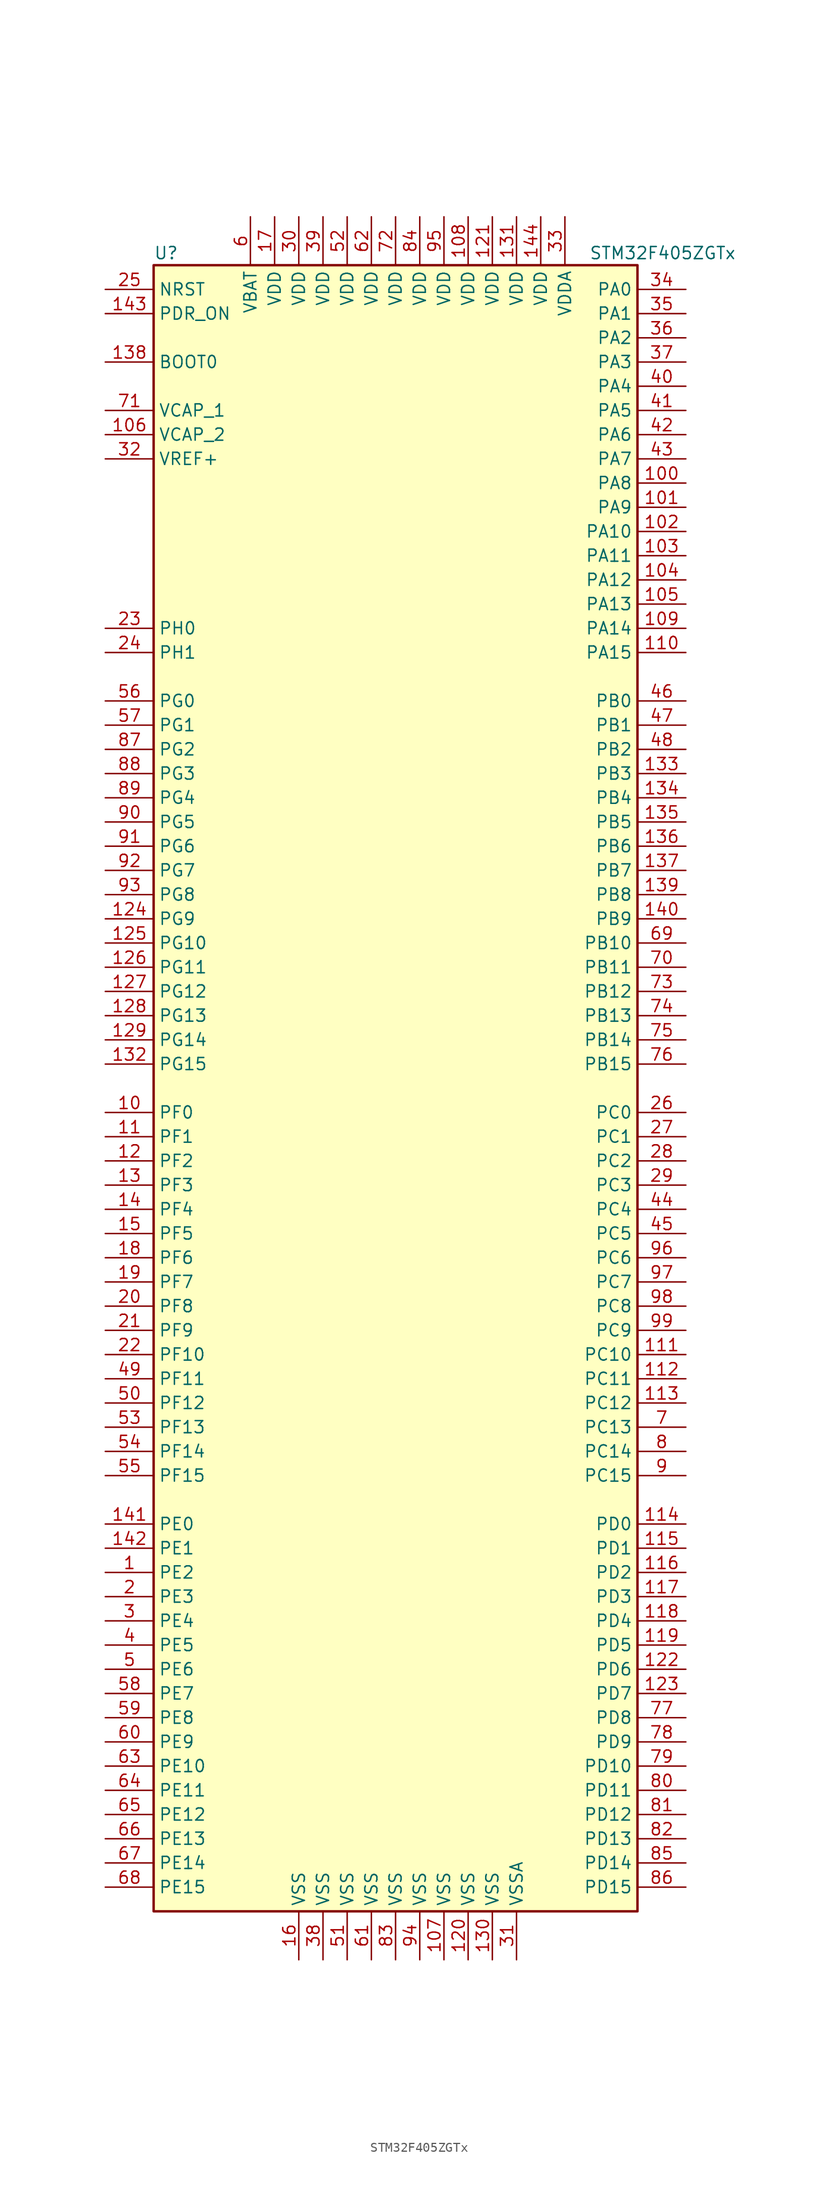
<source format=kicad_sym>
(kicad_symbol_lib
  (version 20201005)
  (generator kicad_symbol_editor)
  (symbol "MCU_ST_STM32F4:STM32F405ZGTx"
    (property "Reference" "U"
      (at -25.4 87.63 0)
      (effects (font (size 1.27 1.27)) (justify left)))
    (property "Value" "STM32F405ZGTx"
      (at 20.32 87.63 0)
      (effects (font (size 1.27 1.27)) (justify left)))
    (symbol "STM32F405ZGTx_0_1"
      (rectangle (start -25.4 -86.36) (end 25.4 86.36) (stroke (width 0.254)) (fill (type background))))
    (symbol "STM32F405ZGTx_1_1"
      (pin input line (at -30.48 76.2 0) (length 5.08) (name "BOOT0" (effects (font (size 1.27 1.27)))) (number "138" (effects (font (size 1.27 1.27)))))
      (pin input line (at -30.48 83.82 0) (length 5.08) (name "NRST" (effects (font (size 1.27 1.27)))) (number "25" (effects (font (size 1.27 1.27)))))
      (pin bidirectional line (at 30.48 83.82 180) (length 5.08) (name "PA0" (effects (font (size 1.27 1.27)))) (number "34" (effects (font (size 1.27 1.27)))))
      (pin bidirectional line (at 30.48 81.28 180) (length 5.08) (name "PA1" (effects (font (size 1.27 1.27)))) (number "35" (effects (font (size 1.27 1.27)))))
      (pin bidirectional line (at 30.48 58.42 180) (length 5.08) (name "PA10" (effects (font (size 1.27 1.27)))) (number "102" (effects (font (size 1.27 1.27)))))
      (pin bidirectional line (at 30.48 55.88 180) (length 5.08) (name "PA11" (effects (font (size 1.27 1.27)))) (number "103" (effects (font (size 1.27 1.27)))))
      (pin bidirectional line (at 30.48 53.34 180) (length 5.08) (name "PA12" (effects (font (size 1.27 1.27)))) (number "104" (effects (font (size 1.27 1.27)))))
      (pin bidirectional line (at 30.48 50.8 180) (length 5.08) (name "PA13" (effects (font (size 1.27 1.27)))) (number "105" (effects (font (size 1.27 1.27)))))
      (pin bidirectional line (at 30.48 48.26 180) (length 5.08) (name "PA14" (effects (font (size 1.27 1.27)))) (number "109" (effects (font (size 1.27 1.27)))))
      (pin bidirectional line (at 30.48 45.72 180) (length 5.08) (name "PA15" (effects (font (size 1.27 1.27)))) (number "110" (effects (font (size 1.27 1.27)))))
      (pin bidirectional line (at 30.48 78.74 180) (length 5.08) (name "PA2" (effects (font (size 1.27 1.27)))) (number "36" (effects (font (size 1.27 1.27)))))
      (pin bidirectional line (at 30.48 76.2 180) (length 5.08) (name "PA3" (effects (font (size 1.27 1.27)))) (number "37" (effects (font (size 1.27 1.27)))))
      (pin bidirectional line (at 30.48 73.66 180) (length 5.08) (name "PA4" (effects (font (size 1.27 1.27)))) (number "40" (effects (font (size 1.27 1.27)))))
      (pin bidirectional line (at 30.48 71.12 180) (length 5.08) (name "PA5" (effects (font (size 1.27 1.27)))) (number "41" (effects (font (size 1.27 1.27)))))
      (pin bidirectional line (at 30.48 68.58 180) (length 5.08) (name "PA6" (effects (font (size 1.27 1.27)))) (number "42" (effects (font (size 1.27 1.27)))))
      (pin bidirectional line (at 30.48 66.04 180) (length 5.08) (name "PA7" (effects (font (size 1.27 1.27)))) (number "43" (effects (font (size 1.27 1.27)))))
      (pin bidirectional line (at 30.48 63.5 180) (length 5.08) (name "PA8" (effects (font (size 1.27 1.27)))) (number "100" (effects (font (size 1.27 1.27)))))
      (pin bidirectional line (at 30.48 60.96 180) (length 5.08) (name "PA9" (effects (font (size 1.27 1.27)))) (number "101" (effects (font (size 1.27 1.27)))))
      (pin bidirectional line (at 30.48 40.64 180) (length 5.08) (name "PB0" (effects (font (size 1.27 1.27)))) (number "46" (effects (font (size 1.27 1.27)))))
      (pin bidirectional line (at 30.48 38.1 180) (length 5.08) (name "PB1" (effects (font (size 1.27 1.27)))) (number "47" (effects (font (size 1.27 1.27)))))
      (pin bidirectional line (at 30.48 15.24 180) (length 5.08) (name "PB10" (effects (font (size 1.27 1.27)))) (number "69" (effects (font (size 1.27 1.27)))))
      (pin bidirectional line (at 30.48 12.7 180) (length 5.08) (name "PB11" (effects (font (size 1.27 1.27)))) (number "70" (effects (font (size 1.27 1.27)))))
      (pin bidirectional line (at 30.48 10.16 180) (length 5.08) (name "PB12" (effects (font (size 1.27 1.27)))) (number "73" (effects (font (size 1.27 1.27)))))
      (pin bidirectional line (at 30.48 7.62 180) (length 5.08) (name "PB13" (effects (font (size 1.27 1.27)))) (number "74" (effects (font (size 1.27 1.27)))))
      (pin bidirectional line (at 30.48 5.08 180) (length 5.08) (name "PB14" (effects (font (size 1.27 1.27)))) (number "75" (effects (font (size 1.27 1.27)))))
      (pin bidirectional line (at 30.48 2.54 180) (length 5.08) (name "PB15" (effects (font (size 1.27 1.27)))) (number "76" (effects (font (size 1.27 1.27)))))
      (pin bidirectional line (at 30.48 35.56 180) (length 5.08) (name "PB2" (effects (font (size 1.27 1.27)))) (number "48" (effects (font (size 1.27 1.27)))))
      (pin bidirectional line (at 30.48 33.02 180) (length 5.08) (name "PB3" (effects (font (size 1.27 1.27)))) (number "133" (effects (font (size 1.27 1.27)))))
      (pin bidirectional line (at 30.48 30.48 180) (length 5.08) (name "PB4" (effects (font (size 1.27 1.27)))) (number "134" (effects (font (size 1.27 1.27)))))
      (pin bidirectional line (at 30.48 27.94 180) (length 5.08) (name "PB5" (effects (font (size 1.27 1.27)))) (number "135" (effects (font (size 1.27 1.27)))))
      (pin bidirectional line (at 30.48 25.4 180) (length 5.08) (name "PB6" (effects (font (size 1.27 1.27)))) (number "136" (effects (font (size 1.27 1.27)))))
      (pin bidirectional line (at 30.48 22.86 180) (length 5.08) (name "PB7" (effects (font (size 1.27 1.27)))) (number "137" (effects (font (size 1.27 1.27)))))
      (pin bidirectional line (at 30.48 20.32 180) (length 5.08) (name "PB8" (effects (font (size 1.27 1.27)))) (number "139" (effects (font (size 1.27 1.27)))))
      (pin bidirectional line (at 30.48 17.78 180) (length 5.08) (name "PB9" (effects (font (size 1.27 1.27)))) (number "140" (effects (font (size 1.27 1.27)))))
      (pin bidirectional line (at 30.48 -2.54 180) (length 5.08) (name "PC0" (effects (font (size 1.27 1.27)))) (number "26" (effects (font (size 1.27 1.27)))))
      (pin bidirectional line (at 30.48 -5.08 180) (length 5.08) (name "PC1" (effects (font (size 1.27 1.27)))) (number "27" (effects (font (size 1.27 1.27)))))
      (pin bidirectional line (at 30.48 -27.94 180) (length 5.08) (name "PC10" (effects (font (size 1.27 1.27)))) (number "111" (effects (font (size 1.27 1.27)))))
      (pin bidirectional line (at 30.48 -30.48 180) (length 5.08) (name "PC11" (effects (font (size 1.27 1.27)))) (number "112" (effects (font (size 1.27 1.27)))))
      (pin bidirectional line (at 30.48 -33.02 180) (length 5.08) (name "PC12" (effects (font (size 1.27 1.27)))) (number "113" (effects (font (size 1.27 1.27)))))
      (pin bidirectional line (at 30.48 -35.56 180) (length 5.08) (name "PC13" (effects (font (size 1.27 1.27)))) (number "7" (effects (font (size 1.27 1.27)))))
      (pin bidirectional line (at 30.48 -38.1 180) (length 5.08) (name "PC14" (effects (font (size 1.27 1.27)))) (number "8" (effects (font (size 1.27 1.27)))))
      (pin bidirectional line (at 30.48 -40.64 180) (length 5.08) (name "PC15" (effects (font (size 1.27 1.27)))) (number "9" (effects (font (size 1.27 1.27)))))
      (pin bidirectional line (at 30.48 -7.62 180) (length 5.08) (name "PC2" (effects (font (size 1.27 1.27)))) (number "28" (effects (font (size 1.27 1.27)))))
      (pin bidirectional line (at 30.48 -10.16 180) (length 5.08) (name "PC3" (effects (font (size 1.27 1.27)))) (number "29" (effects (font (size 1.27 1.27)))))
      (pin bidirectional line (at 30.48 -12.7 180) (length 5.08) (name "PC4" (effects (font (size 1.27 1.27)))) (number "44" (effects (font (size 1.27 1.27)))))
      (pin bidirectional line (at 30.48 -15.24 180) (length 5.08) (name "PC5" (effects (font (size 1.27 1.27)))) (number "45" (effects (font (size 1.27 1.27)))))
      (pin bidirectional line (at 30.48 -17.78 180) (length 5.08) (name "PC6" (effects (font (size 1.27 1.27)))) (number "96" (effects (font (size 1.27 1.27)))))
      (pin bidirectional line (at 30.48 -20.32 180) (length 5.08) (name "PC7" (effects (font (size 1.27 1.27)))) (number "97" (effects (font (size 1.27 1.27)))))
      (pin bidirectional line (at 30.48 -22.86 180) (length 5.08) (name "PC8" (effects (font (size 1.27 1.27)))) (number "98" (effects (font (size 1.27 1.27)))))
      (pin bidirectional line (at 30.48 -25.4 180) (length 5.08) (name "PC9" (effects (font (size 1.27 1.27)))) (number "99" (effects (font (size 1.27 1.27)))))
      (pin bidirectional line (at 30.48 -45.72 180) (length 5.08) (name "PD0" (effects (font (size 1.27 1.27)))) (number "114" (effects (font (size 1.27 1.27)))))
      (pin bidirectional line (at 30.48 -48.26 180) (length 5.08) (name "PD1" (effects (font (size 1.27 1.27)))) (number "115" (effects (font (size 1.27 1.27)))))
      (pin bidirectional line (at 30.48 -71.12 180) (length 5.08) (name "PD10" (effects (font (size 1.27 1.27)))) (number "79" (effects (font (size 1.27 1.27)))))
      (pin bidirectional line (at 30.48 -73.66 180) (length 5.08) (name "PD11" (effects (font (size 1.27 1.27)))) (number "80" (effects (font (size 1.27 1.27)))))
      (pin bidirectional line (at 30.48 -76.2 180) (length 5.08) (name "PD12" (effects (font (size 1.27 1.27)))) (number "81" (effects (font (size 1.27 1.27)))))
      (pin bidirectional line (at 30.48 -78.74 180) (length 5.08) (name "PD13" (effects (font (size 1.27 1.27)))) (number "82" (effects (font (size 1.27 1.27)))))
      (pin bidirectional line (at 30.48 -81.28 180) (length 5.08) (name "PD14" (effects (font (size 1.27 1.27)))) (number "85" (effects (font (size 1.27 1.27)))))
      (pin bidirectional line (at 30.48 -83.82 180) (length 5.08) (name "PD15" (effects (font (size 1.27 1.27)))) (number "86" (effects (font (size 1.27 1.27)))))
      (pin bidirectional line (at 30.48 -50.8 180) (length 5.08) (name "PD2" (effects (font (size 1.27 1.27)))) (number "116" (effects (font (size 1.27 1.27)))))
      (pin bidirectional line (at 30.48 -53.34 180) (length 5.08) (name "PD3" (effects (font (size 1.27 1.27)))) (number "117" (effects (font (size 1.27 1.27)))))
      (pin bidirectional line (at 30.48 -55.88 180) (length 5.08) (name "PD4" (effects (font (size 1.27 1.27)))) (number "118" (effects (font (size 1.27 1.27)))))
      (pin bidirectional line (at 30.48 -58.42 180) (length 5.08) (name "PD5" (effects (font (size 1.27 1.27)))) (number "119" (effects (font (size 1.27 1.27)))))
      (pin bidirectional line (at 30.48 -60.96 180) (length 5.08) (name "PD6" (effects (font (size 1.27 1.27)))) (number "122" (effects (font (size 1.27 1.27)))))
      (pin bidirectional line (at 30.48 -63.5 180) (length 5.08) (name "PD7" (effects (font (size 1.27 1.27)))) (number "123" (effects (font (size 1.27 1.27)))))
      (pin bidirectional line (at 30.48 -66.04 180) (length 5.08) (name "PD8" (effects (font (size 1.27 1.27)))) (number "77" (effects (font (size 1.27 1.27)))))
      (pin bidirectional line (at 30.48 -68.58 180) (length 5.08) (name "PD9" (effects (font (size 1.27 1.27)))) (number "78" (effects (font (size 1.27 1.27)))))
      (pin input line (at -30.48 81.28 0) (length 5.08) (name "PDR_ON" (effects (font (size 1.27 1.27)))) (number "143" (effects (font (size 1.27 1.27)))))
      (pin bidirectional line (at -30.48 -45.72 0) (length 5.08) (name "PE0" (effects (font (size 1.27 1.27)))) (number "141" (effects (font (size 1.27 1.27)))))
      (pin bidirectional line (at -30.48 -48.26 0) (length 5.08) (name "PE1" (effects (font (size 1.27 1.27)))) (number "142" (effects (font (size 1.27 1.27)))))
      (pin bidirectional line (at -30.48 -71.12 0) (length 5.08) (name "PE10" (effects (font (size 1.27 1.27)))) (number "63" (effects (font (size 1.27 1.27)))))
      (pin bidirectional line (at -30.48 -73.66 0) (length 5.08) (name "PE11" (effects (font (size 1.27 1.27)))) (number "64" (effects (font (size 1.27 1.27)))))
      (pin bidirectional line (at -30.48 -76.2 0) (length 5.08) (name "PE12" (effects (font (size 1.27 1.27)))) (number "65" (effects (font (size 1.27 1.27)))))
      (pin bidirectional line (at -30.48 -78.74 0) (length 5.08) (name "PE13" (effects (font (size 1.27 1.27)))) (number "66" (effects (font (size 1.27 1.27)))))
      (pin bidirectional line (at -30.48 -81.28 0) (length 5.08) (name "PE14" (effects (font (size 1.27 1.27)))) (number "67" (effects (font (size 1.27 1.27)))))
      (pin bidirectional line (at -30.48 -83.82 0) (length 5.08) (name "PE15" (effects (font (size 1.27 1.27)))) (number "68" (effects (font (size 1.27 1.27)))))
      (pin bidirectional line (at -30.48 -50.8 0) (length 5.08) (name "PE2" (effects (font (size 1.27 1.27)))) (number "1" (effects (font (size 1.27 1.27)))))
      (pin bidirectional line (at -30.48 -53.34 0) (length 5.08) (name "PE3" (effects (font (size 1.27 1.27)))) (number "2" (effects (font (size 1.27 1.27)))))
      (pin bidirectional line (at -30.48 -55.88 0) (length 5.08) (name "PE4" (effects (font (size 1.27 1.27)))) (number "3" (effects (font (size 1.27 1.27)))))
      (pin bidirectional line (at -30.48 -58.42 0) (length 5.08) (name "PE5" (effects (font (size 1.27 1.27)))) (number "4" (effects (font (size 1.27 1.27)))))
      (pin bidirectional line (at -30.48 -60.96 0) (length 5.08) (name "PE6" (effects (font (size 1.27 1.27)))) (number "5" (effects (font (size 1.27 1.27)))))
      (pin bidirectional line (at -30.48 -63.5 0) (length 5.08) (name "PE7" (effects (font (size 1.27 1.27)))) (number "58" (effects (font (size 1.27 1.27)))))
      (pin bidirectional line (at -30.48 -66.04 0) (length 5.08) (name "PE8" (effects (font (size 1.27 1.27)))) (number "59" (effects (font (size 1.27 1.27)))))
      (pin bidirectional line (at -30.48 -68.58 0) (length 5.08) (name "PE9" (effects (font (size 1.27 1.27)))) (number "60" (effects (font (size 1.27 1.27)))))
      (pin bidirectional line (at -30.48 -2.54 0) (length 5.08) (name "PF0" (effects (font (size 1.27 1.27)))) (number "10" (effects (font (size 1.27 1.27)))))
      (pin bidirectional line (at -30.48 -5.08 0) (length 5.08) (name "PF1" (effects (font (size 1.27 1.27)))) (number "11" (effects (font (size 1.27 1.27)))))
      (pin bidirectional line (at -30.48 -27.94 0) (length 5.08) (name "PF10" (effects (font (size 1.27 1.27)))) (number "22" (effects (font (size 1.27 1.27)))))
      (pin bidirectional line (at -30.48 -30.48 0) (length 5.08) (name "PF11" (effects (font (size 1.27 1.27)))) (number "49" (effects (font (size 1.27 1.27)))))
      (pin bidirectional line (at -30.48 -33.02 0) (length 5.08) (name "PF12" (effects (font (size 1.27 1.27)))) (number "50" (effects (font (size 1.27 1.27)))))
      (pin bidirectional line (at -30.48 -35.56 0) (length 5.08) (name "PF13" (effects (font (size 1.27 1.27)))) (number "53" (effects (font (size 1.27 1.27)))))
      (pin bidirectional line (at -30.48 -38.1 0) (length 5.08) (name "PF14" (effects (font (size 1.27 1.27)))) (number "54" (effects (font (size 1.27 1.27)))))
      (pin bidirectional line (at -30.48 -40.64 0) (length 5.08) (name "PF15" (effects (font (size 1.27 1.27)))) (number "55" (effects (font (size 1.27 1.27)))))
      (pin bidirectional line (at -30.48 -7.62 0) (length 5.08) (name "PF2" (effects (font (size 1.27 1.27)))) (number "12" (effects (font (size 1.27 1.27)))))
      (pin bidirectional line (at -30.48 -10.16 0) (length 5.08) (name "PF3" (effects (font (size 1.27 1.27)))) (number "13" (effects (font (size 1.27 1.27)))))
      (pin bidirectional line (at -30.48 -12.7 0) (length 5.08) (name "PF4" (effects (font (size 1.27 1.27)))) (number "14" (effects (font (size 1.27 1.27)))))
      (pin bidirectional line (at -30.48 -15.24 0) (length 5.08) (name "PF5" (effects (font (size 1.27 1.27)))) (number "15" (effects (font (size 1.27 1.27)))))
      (pin bidirectional line (at -30.48 -17.78 0) (length 5.08) (name "PF6" (effects (font (size 1.27 1.27)))) (number "18" (effects (font (size 1.27 1.27)))))
      (pin bidirectional line (at -30.48 -20.32 0) (length 5.08) (name "PF7" (effects (font (size 1.27 1.27)))) (number "19" (effects (font (size 1.27 1.27)))))
      (pin bidirectional line (at -30.48 -22.86 0) (length 5.08) (name "PF8" (effects (font (size 1.27 1.27)))) (number "20" (effects (font (size 1.27 1.27)))))
      (pin bidirectional line (at -30.48 -25.4 0) (length 5.08) (name "PF9" (effects (font (size 1.27 1.27)))) (number "21" (effects (font (size 1.27 1.27)))))
      (pin bidirectional line (at -30.48 40.64 0) (length 5.08) (name "PG0" (effects (font (size 1.27 1.27)))) (number "56" (effects (font (size 1.27 1.27)))))
      (pin bidirectional line (at -30.48 38.1 0) (length 5.08) (name "PG1" (effects (font (size 1.27 1.27)))) (number "57" (effects (font (size 1.27 1.27)))))
      (pin bidirectional line (at -30.48 15.24 0) (length 5.08) (name "PG10" (effects (font (size 1.27 1.27)))) (number "125" (effects (font (size 1.27 1.27)))))
      (pin bidirectional line (at -30.48 12.7 0) (length 5.08) (name "PG11" (effects (font (size 1.27 1.27)))) (number "126" (effects (font (size 1.27 1.27)))))
      (pin bidirectional line (at -30.48 10.16 0) (length 5.08) (name "PG12" (effects (font (size 1.27 1.27)))) (number "127" (effects (font (size 1.27 1.27)))))
      (pin bidirectional line (at -30.48 7.62 0) (length 5.08) (name "PG13" (effects (font (size 1.27 1.27)))) (number "128" (effects (font (size 1.27 1.27)))))
      (pin bidirectional line (at -30.48 5.08 0) (length 5.08) (name "PG14" (effects (font (size 1.27 1.27)))) (number "129" (effects (font (size 1.27 1.27)))))
      (pin bidirectional line (at -30.48 2.54 0) (length 5.08) (name "PG15" (effects (font (size 1.27 1.27)))) (number "132" (effects (font (size 1.27 1.27)))))
      (pin bidirectional line (at -30.48 35.56 0) (length 5.08) (name "PG2" (effects (font (size 1.27 1.27)))) (number "87" (effects (font (size 1.27 1.27)))))
      (pin bidirectional line (at -30.48 33.02 0) (length 5.08) (name "PG3" (effects (font (size 1.27 1.27)))) (number "88" (effects (font (size 1.27 1.27)))))
      (pin bidirectional line (at -30.48 30.48 0) (length 5.08) (name "PG4" (effects (font (size 1.27 1.27)))) (number "89" (effects (font (size 1.27 1.27)))))
      (pin bidirectional line (at -30.48 27.94 0) (length 5.08) (name "PG5" (effects (font (size 1.27 1.27)))) (number "90" (effects (font (size 1.27 1.27)))))
      (pin bidirectional line (at -30.48 25.4 0) (length 5.08) (name "PG6" (effects (font (size 1.27 1.27)))) (number "91" (effects (font (size 1.27 1.27)))))
      (pin bidirectional line (at -30.48 22.86 0) (length 5.08) (name "PG7" (effects (font (size 1.27 1.27)))) (number "92" (effects (font (size 1.27 1.27)))))
      (pin bidirectional line (at -30.48 20.32 0) (length 5.08) (name "PG8" (effects (font (size 1.27 1.27)))) (number "93" (effects (font (size 1.27 1.27)))))
      (pin bidirectional line (at -30.48 17.78 0) (length 5.08) (name "PG9" (effects (font (size 1.27 1.27)))) (number "124" (effects (font (size 1.27 1.27)))))
      (pin input line (at -30.48 48.26 0) (length 5.08) (name "PH0" (effects (font (size 1.27 1.27)))) (number "23" (effects (font (size 1.27 1.27)))))
      (pin input line (at -30.48 45.72 0) (length 5.08) (name "PH1" (effects (font (size 1.27 1.27)))) (number "24" (effects (font (size 1.27 1.27)))))
      (pin power_in line (at -15.24 91.44 270) (length 5.08) (name "VBAT" (effects (font (size 1.27 1.27)))) (number "6" (effects (font (size 1.27 1.27)))))
      (pin power_in line (at -30.48 71.12 0) (length 5.08) (name "VCAP_1" (effects (font (size 1.27 1.27)))) (number "71" (effects (font (size 1.27 1.27)))))
      (pin power_in line (at -30.48 68.58 0) (length 5.08) (name "VCAP_2" (effects (font (size 1.27 1.27)))) (number "106" (effects (font (size 1.27 1.27)))))
      (pin power_in line (at 7.62 91.44 270) (length 5.08) (name "VDD" (effects (font (size 1.27 1.27)))) (number "108" (effects (font (size 1.27 1.27)))))
      (pin power_in line (at 10.16 91.44 270) (length 5.08) (name "VDD" (effects (font (size 1.27 1.27)))) (number "121" (effects (font (size 1.27 1.27)))))
      (pin power_in line (at 12.7 91.44 270) (length 5.08) (name "VDD" (effects (font (size 1.27 1.27)))) (number "131" (effects (font (size 1.27 1.27)))))
      (pin power_in line (at 15.24 91.44 270) (length 5.08) (name "VDD" (effects (font (size 1.27 1.27)))) (number "144" (effects (font (size 1.27 1.27)))))
      (pin power_in line (at -12.7 91.44 270) (length 5.08) (name "VDD" (effects (font (size 1.27 1.27)))) (number "17" (effects (font (size 1.27 1.27)))))
      (pin power_in line (at -10.16 91.44 270) (length 5.08) (name "VDD" (effects (font (size 1.27 1.27)))) (number "30" (effects (font (size 1.27 1.27)))))
      (pin power_in line (at -7.62 91.44 270) (length 5.08) (name "VDD" (effects (font (size 1.27 1.27)))) (number "39" (effects (font (size 1.27 1.27)))))
      (pin power_in line (at -5.08 91.44 270) (length 5.08) (name "VDD" (effects (font (size 1.27 1.27)))) (number "52" (effects (font (size 1.27 1.27)))))
      (pin power_in line (at -2.54 91.44 270) (length 5.08) (name "VDD" (effects (font (size 1.27 1.27)))) (number "62" (effects (font (size 1.27 1.27)))))
      (pin power_in line (at 0 91.44 270) (length 5.08) (name "VDD" (effects (font (size 1.27 1.27)))) (number "72" (effects (font (size 1.27 1.27)))))
      (pin power_in line (at 2.54 91.44 270) (length 5.08) (name "VDD" (effects (font (size 1.27 1.27)))) (number "84" (effects (font (size 1.27 1.27)))))
      (pin power_in line (at 5.08 91.44 270) (length 5.08) (name "VDD" (effects (font (size 1.27 1.27)))) (number "95" (effects (font (size 1.27 1.27)))))
      (pin power_in line (at 17.78 91.44 270) (length 5.08) (name "VDDA" (effects (font (size 1.27 1.27)))) (number "33" (effects (font (size 1.27 1.27)))))
      (pin power_in line (at -30.48 66.04 0) (length 5.08) (name "VREF+" (effects (font (size 1.27 1.27)))) (number "32" (effects (font (size 1.27 1.27)))))
      (pin power_in line (at 5.08 -91.44 90) (length 5.08) (name "VSS" (effects (font (size 1.27 1.27)))) (number "107" (effects (font (size 1.27 1.27)))))
      (pin power_in line (at 7.62 -91.44 90) (length 5.08) (name "VSS" (effects (font (size 1.27 1.27)))) (number "120" (effects (font (size 1.27 1.27)))))
      (pin power_in line (at 10.16 -91.44 90) (length 5.08) (name "VSS" (effects (font (size 1.27 1.27)))) (number "130" (effects (font (size 1.27 1.27)))))
      (pin power_in line (at -10.16 -91.44 90) (length 5.08) (name "VSS" (effects (font (size 1.27 1.27)))) (number "16" (effects (font (size 1.27 1.27)))))
      (pin power_in line (at -7.62 -91.44 90) (length 5.08) (name "VSS" (effects (font (size 1.27 1.27)))) (number "38" (effects (font (size 1.27 1.27)))))
      (pin power_in line (at -5.08 -91.44 90) (length 5.08) (name "VSS" (effects (font (size 1.27 1.27)))) (number "51" (effects (font (size 1.27 1.27)))))
      (pin power_in line (at -2.54 -91.44 90) (length 5.08) (name "VSS" (effects (font (size 1.27 1.27)))) (number "61" (effects (font (size 1.27 1.27)))))
      (pin power_in line (at 0 -91.44 90) (length 5.08) (name "VSS" (effects (font (size 1.27 1.27)))) (number "83" (effects (font (size 1.27 1.27)))))
      (pin power_in line (at 2.54 -91.44 90) (length 5.08) (name "VSS" (effects (font (size 1.27 1.27)))) (number "94" (effects (font (size 1.27 1.27)))))
      (pin power_in line (at 12.7 -91.44 90) (length 5.08) (name "VSSA" (effects (font (size 1.27 1.27)))) (number "31" (effects (font (size 1.27 1.27))))))))
</source>
